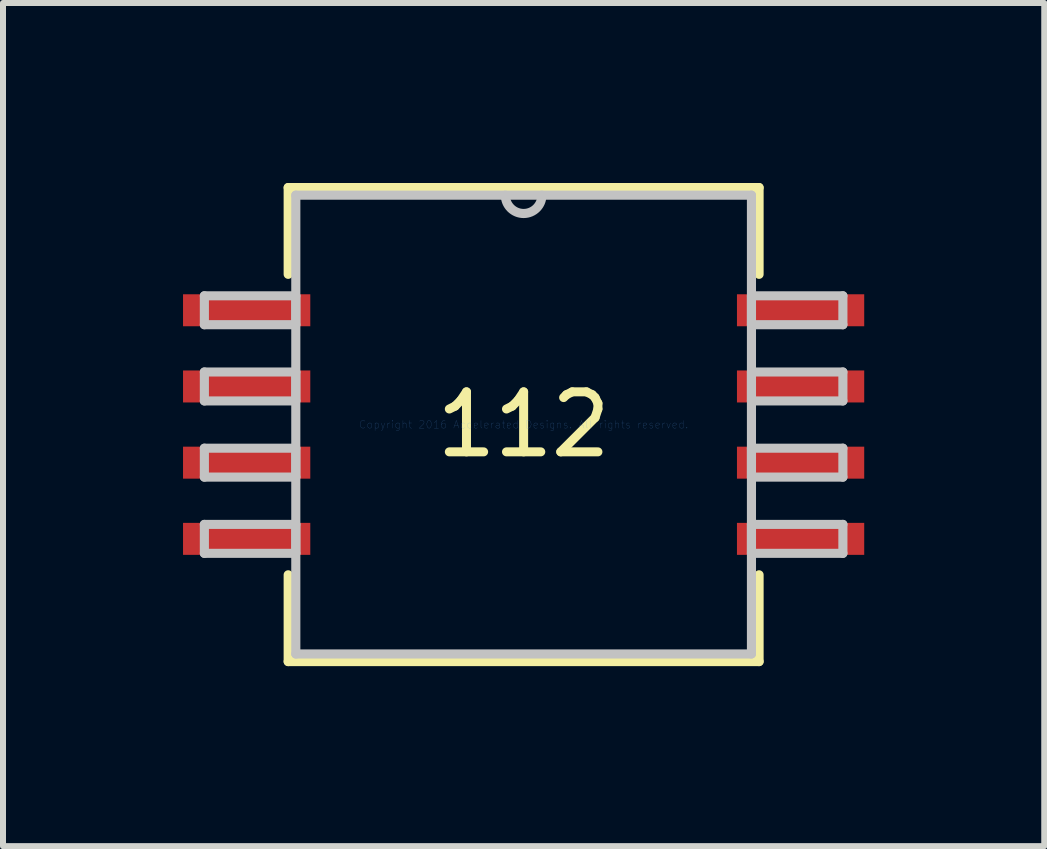
<source format=kicad_pcb>
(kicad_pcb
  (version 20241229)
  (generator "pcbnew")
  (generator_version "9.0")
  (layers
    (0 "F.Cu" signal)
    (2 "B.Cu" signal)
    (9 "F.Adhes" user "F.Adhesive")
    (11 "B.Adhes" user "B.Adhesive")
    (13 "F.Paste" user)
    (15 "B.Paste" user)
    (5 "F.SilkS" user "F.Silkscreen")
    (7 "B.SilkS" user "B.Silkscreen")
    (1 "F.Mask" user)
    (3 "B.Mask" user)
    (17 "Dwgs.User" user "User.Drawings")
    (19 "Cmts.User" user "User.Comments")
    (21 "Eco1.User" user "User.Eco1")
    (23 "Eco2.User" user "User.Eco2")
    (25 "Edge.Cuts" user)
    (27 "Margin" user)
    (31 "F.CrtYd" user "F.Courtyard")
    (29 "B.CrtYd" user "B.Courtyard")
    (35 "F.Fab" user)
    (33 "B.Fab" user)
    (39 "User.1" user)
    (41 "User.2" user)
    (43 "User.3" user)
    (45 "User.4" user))
  (footprint "112"
    (layer "F.Cu")
    (at 5.677 4.026)
    (property "Reference" "112" (at 0 0 0) (layer "F.SilkS") (effects (font (size 1 1) (thickness 0.15))))
    (attr through_hole)
    (fp_line (start -3.924 -3.95) (end -3.924 -2.504) (stroke (width 0.152) (type solid)) (layer "F.SilkS"))
    (fp_line (start -3.924 2.504) (end -3.924 3.95) (stroke (width 0.152) (type solid)) (layer "F.SilkS"))
    (fp_line (start -3.924 3.95) (end 3.924 3.95) (stroke (width 0.152) (type solid)) (layer "F.SilkS"))
    (fp_line (start 3.924 -3.95) (end -3.924 -3.95) (stroke (width 0.152) (type solid)) (layer "F.SilkS"))
    (fp_line (start 3.924 -2.504) (end 3.924 -3.95) (stroke (width 0.152) (type solid)) (layer "F.SilkS"))
    (fp_line (start 3.924 3.95) (end 3.924 2.504) (stroke (width 0.152) (type solid)) (layer "F.SilkS"))
    (fp_line (start -5.321 -2.146) (end -5.321 -1.664) (stroke (width 0.152) (type solid)) (layer "Dwgs.User"))
    (fp_line (start -5.321 -1.664) (end -3.797 -1.664) (stroke (width 0.152) (type solid)) (layer "Dwgs.User"))
    (fp_line (start -5.321 -0.876) (end -5.321 -0.394) (stroke (width 0.152) (type solid)) (layer "Dwgs.User"))
    (fp_line (start -5.321 -0.394) (end -3.797 -0.394) (stroke (width 0.152) (type solid)) (layer "Dwgs.User"))
    (fp_line (start -5.321 0.394) (end -5.321 0.876) (stroke (width 0.152) (type solid)) (layer "Dwgs.User"))
    (fp_line (start -5.321 0.876) (end -3.797 0.876) (stroke (width 0.152) (type solid)) (layer "Dwgs.User"))
    (fp_line (start -5.321 1.664) (end -5.321 2.146) (stroke (width 0.152) (type solid)) (layer "Dwgs.User"))
    (fp_line (start -5.321 2.146) (end -3.797 2.146) (stroke (width 0.152) (type solid)) (layer "Dwgs.User"))
    (fp_line (start -3.797 -3.823) (end -3.797 3.823) (stroke (width 0.152) (type solid)) (layer "Dwgs.User"))
    (fp_line (start -3.797 -2.146) (end -5.321 -2.146) (stroke (width 0.152) (type solid)) (layer "Dwgs.User"))
    (fp_line (start -3.797 -1.664) (end -3.797 -2.146) (stroke (width 0.152) (type solid)) (layer "Dwgs.User"))
    (fp_line (start -3.797 -0.876) (end -5.321 -0.876) (stroke (width 0.152) (type solid)) (layer "Dwgs.User"))
    (fp_line (start -3.797 -0.394) (end -3.797 -0.876) (stroke (width 0.152) (type solid)) (layer "Dwgs.User"))
    (fp_line (start -3.797 0.394) (end -5.321 0.394) (stroke (width 0.152) (type solid)) (layer "Dwgs.User"))
    (fp_line (start -3.797 0.876) (end -3.797 0.394) (stroke (width 0.152) (type solid)) (layer "Dwgs.User"))
    (fp_line (start -3.797 1.664) (end -5.321 1.664) (stroke (width 0.152) (type solid)) (layer "Dwgs.User"))
    (fp_line (start -3.797 2.146) (end -3.797 1.664) (stroke (width 0.152) (type solid)) (layer "Dwgs.User"))
    (fp_line (start -3.797 3.823) (end 3.797 3.823) (stroke (width 0.152) (type solid)) (layer "Dwgs.User"))
    (fp_line (start 3.797 -3.823) (end -3.797 -3.823) (stroke (width 0.152) (type solid)) (layer "Dwgs.User"))
    (fp_line (start 3.797 -2.146) (end 3.797 -1.664) (stroke (width 0.152) (type solid)) (layer "Dwgs.User"))
    (fp_line (start 3.797 -1.664) (end 5.321 -1.664) (stroke (width 0.152) (type solid)) (layer "Dwgs.User"))
    (fp_line (start 3.797 -0.876) (end 3.797 -0.394) (stroke (width 0.152) (type solid)) (layer "Dwgs.User"))
    (fp_line (start 3.797 -0.394) (end 5.321 -0.394) (stroke (width 0.152) (type solid)) (layer "Dwgs.User"))
    (fp_line (start 3.797 0.394) (end 3.797 0.876) (stroke (width 0.152) (type solid)) (layer "Dwgs.User"))
    (fp_line (start 3.797 0.876) (end 5.321 0.876) (stroke (width 0.152) (type solid)) (layer "Dwgs.User"))
    (fp_line (start 3.797 1.664) (end 3.797 2.146) (stroke (width 0.152) (type solid)) (layer "Dwgs.User"))
    (fp_line (start 3.797 2.146) (end 5.321 2.146) (stroke (width 0.152) (type solid)) (layer "Dwgs.User"))
    (fp_line (start 3.797 3.823) (end 3.797 -3.823) (stroke (width 0.152) (type solid)) (layer "Dwgs.User"))
    (fp_line (start 5.321 -2.146) (end 3.797 -2.146) (stroke (width 0.152) (type solid)) (layer "Dwgs.User"))
    (fp_line (start 5.321 -1.664) (end 5.321 -2.146) (stroke (width 0.152) (type solid)) (layer "Dwgs.User"))
    (fp_line (start 5.321 -0.876) (end 3.797 -0.876) (stroke (width 0.152) (type solid)) (layer "Dwgs.User"))
    (fp_line (start 5.321 -0.394) (end 5.321 -0.876) (stroke (width 0.152) (type solid)) (layer "Dwgs.User"))
    (fp_line (start 5.321 0.394) (end 3.797 0.394) (stroke (width 0.152) (type solid)) (layer "Dwgs.User"))
    (fp_line (start 5.321 0.876) (end 5.321 0.394) (stroke (width 0.152) (type solid)) (layer "Dwgs.User"))
    (fp_line (start 5.321 1.664) (end 3.797 1.664) (stroke (width 0.152) (type solid)) (layer "Dwgs.User"))
    (fp_line (start 5.321 2.146) (end 5.321 1.664) (stroke (width 0.152) (type solid)) (layer "Dwgs.User"))
    (fp_arc (start 0.3048 -3.8227) (mid 0 -3.5179) (end -0.3048 -3.8227) (stroke (width 0.1524) (type solid)) (layer "Dwgs.User"))
    (fp_text user "Copyright 2016 Accelerated Designs. All rights reserved." (at 0 0 0) (layer "Cmts.User") (effects (font (size 0.127 0.127) (thickness 0.002))))
    (pad "" smd rect (at -4.616 -1.905) (size 2.121 0.533) (layers "F.Mask"))
    (pad "" smd rect (at -4.616 -1.905) (size 2.121 0.533) (layers "F.Paste"))
    (pad "" smd rect (at -4.616 -0.635) (size 2.121 0.533) (layers "F.Mask"))
    (pad "" smd rect (at -4.616 -0.635) (size 2.121 0.533) (layers "F.Paste"))
    (pad "" smd rect (at -4.616 0.635) (size 2.121 0.533) (layers "F.Mask"))
    (pad "" smd rect (at -4.616 0.635) (size 2.121 0.533) (layers "F.Paste"))
    (pad "" smd rect (at -4.616 1.905) (size 2.121 0.533) (layers "F.Mask"))
    (pad "" smd rect (at -4.616 1.905) (size 2.121 0.533) (layers "F.Paste"))
    (pad "" smd rect (at 4.616 -1.905) (size 2.121 0.533) (layers "F.Mask"))
    (pad "" smd rect (at 4.616 -1.905) (size 2.121 0.533) (layers "F.Paste"))
    (pad "" smd rect (at 4.616 -0.635) (size 2.121 0.533) (layers "F.Mask"))
    (pad "" smd rect (at 4.616 -0.635) (size 2.121 0.533) (layers "F.Paste"))
    (pad "" smd rect (at 4.616 0.635) (size 2.121 0.533) (layers "F.Mask"))
    (pad "" smd rect (at 4.616 0.635) (size 2.121 0.533) (layers "F.Paste"))
    (pad "" smd rect (at 4.616 1.905) (size 2.121 0.533) (layers "F.Mask"))
    (pad "" smd rect (at 4.616 1.905) (size 2.121 0.533) (layers "F.Paste"))
    (pad "1" smd rect (at -4.616 -1.905) (size 2.121 0.533) (layers "F.Cu"))
    (pad "2" smd rect (at -4.616 -0.635) (size 2.121 0.533) (layers "F.Cu"))
    (pad "3" smd rect (at -4.616 0.635) (size 2.121 0.533) (layers "F.Cu"))
    (pad "4" smd rect (at -4.616 1.905) (size 2.121 0.533) (layers "F.Cu"))
    (pad "5" smd rect (at 4.616 1.905) (size 2.121 0.533) (layers "F.Cu"))
    (pad "6" smd rect (at 4.616 0.635) (size 2.121 0.533) (layers "F.Cu"))
    (pad "7" smd rect (at 4.616 -0.635) (size 2.121 0.533) (layers "F.Cu"))
    (pad "8" smd rect (at 4.616 -1.905) (size 2.121 0.533) (layers "F.Cu")))
  (gr_rect
    (start -3 -3)
    (end 14.354 11.052)
    (stroke (width 0.1) (type default))
    (fill no)
    (layer "Edge.Cuts")))
</source>
